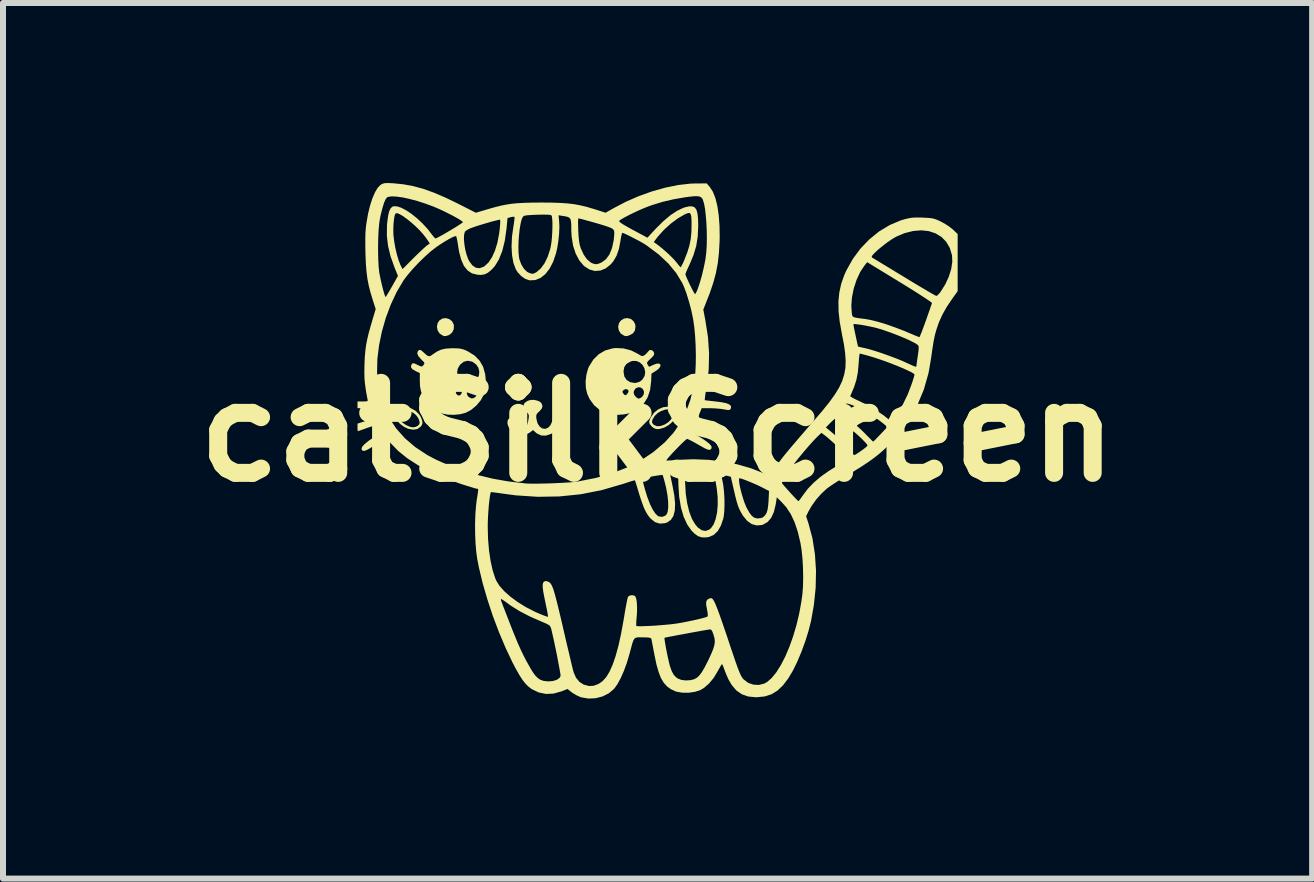
<source format=kicad_pcb>
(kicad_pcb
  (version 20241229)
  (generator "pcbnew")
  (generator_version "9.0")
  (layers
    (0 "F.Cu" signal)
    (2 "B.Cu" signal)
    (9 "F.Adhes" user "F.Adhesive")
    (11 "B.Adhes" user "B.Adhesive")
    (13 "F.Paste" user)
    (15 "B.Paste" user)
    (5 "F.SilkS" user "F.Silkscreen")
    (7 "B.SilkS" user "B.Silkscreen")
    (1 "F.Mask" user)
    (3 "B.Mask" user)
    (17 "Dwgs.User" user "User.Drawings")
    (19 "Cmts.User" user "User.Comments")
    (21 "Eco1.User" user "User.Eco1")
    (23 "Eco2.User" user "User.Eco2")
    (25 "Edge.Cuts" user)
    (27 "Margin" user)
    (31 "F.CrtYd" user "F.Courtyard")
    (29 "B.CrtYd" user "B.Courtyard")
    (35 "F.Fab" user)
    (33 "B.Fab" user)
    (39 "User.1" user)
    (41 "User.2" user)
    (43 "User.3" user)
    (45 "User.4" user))
  (footprint "catSilkScreen"
    (layer "F.Cu")
    (at 7.907 4.151)
    (property "Reference" "catSilkScreen" (at 0 0 0) (layer "F.SilkS") (effects (font (size 1.5 1.5) (thickness 0.3))))
    (attr board_only exclude_from_pos_files exclude_from_bom)
    (fp_poly (pts (xy -0.446 -1.886) (xy -0.401 -1.85) (xy -0.373 -1.797) (xy -0.368 -1.76) (xy -0.378 -1.694) (xy -0.41 -1.647) (xy -0.456 -1.62) (xy -0.498 -1.604) (xy -0.525 -1.6) (xy -0.552 -1.606) (xy -0.559 -1.609) (xy -0.613 -1.643) (xy -0.646 -1.695) (xy -0.657 -1.756) (xy -0.643 -1.816) (xy -0.613 -1.859) (xy -0.56 -1.893) (xy -0.501 -1.901)) (stroke (width 0) (type solid)) (fill yes) (layer "F.SilkS"))
    (fp_poly (pts (xy -3.469 -1.883) (xy -3.423 -1.846) (xy -3.396 -1.791) (xy -3.394 -1.782) (xy -3.396 -1.717) (xy -3.423 -1.66) (xy -3.47 -1.621) (xy -3.484 -1.615) (xy -3.523 -1.603) (xy -3.547 -1.6) (xy -3.571 -1.606) (xy -3.578 -1.609) (xy -3.631 -1.643) (xy -3.665 -1.695) (xy -3.677 -1.756) (xy -3.665 -1.817) (xy -3.635 -1.862) (xy -3.583 -1.894) (xy -3.525 -1.9)) (stroke (width 0) (type solid)) (fill yes) (layer "F.SilkS"))
    (fp_poly (pts (xy -4.109 -0.398) (xy -4.031 -0.355) (xy -3.97 -0.293) (xy -3.945 -0.251) (xy -3.922 -0.192) (xy -3.917 -0.15) (xy -3.93 -0.115) (xy -3.95 -0.09) (xy -4.003 -0.052) (xy -4.07 -0.041) (xy -4.155 -0.056) (xy -4.159 -0.058) (xy -4.223 -0.088) (xy -4.286 -0.134) (xy -4.34 -0.189) (xy -4.376 -0.245) (xy -4.385 -0.27) (xy -4.384 -0.314) (xy -4.342 -0.314) (xy -4.339 -0.282) (xy -4.31 -0.222) (xy -4.258 -0.165) (xy -4.192 -0.118) (xy -4.122 -0.088) (xy -4.073 -0.08) (xy -4.028 -0.089) (xy -3.997 -0.105) (xy -3.97 -0.132) (xy -3.964 -0.165) (xy -3.978 -0.212) (xy -3.988 -0.234) (xy -4.022 -0.282) (xy -4.069 -0.321) (xy -4.126 -0.35) (xy -4.185 -0.367) (xy -4.241 -0.373) (xy -4.29 -0.367) (xy -4.325 -0.347) (xy -4.342 -0.314) (xy -4.384 -0.314) (xy -4.384 -0.329) (xy -4.355 -0.375) (xy -4.299 -0.407) (xy -4.282 -0.411) (xy -4.196 -0.418)) (stroke (width 0) (type solid)) (fill yes) (layer "F.SilkS"))
    (fp_poly (pts (xy 0.227 -0.416) (xy 0.283 -0.388) (xy 0.312 -0.344) (xy 0.313 -0.283) (xy 0.313 -0.279) (xy 0.289 -0.225) (xy 0.244 -0.169) (xy 0.185 -0.118) (xy 0.119 -0.08) (xy 0.1 -0.073) (xy 0.041 -0.055) (xy -0.002 -0.05) (xy -0.037 -0.057) (xy -0.063 -0.068) (xy -0.101 -0.098) (xy -0.126 -0.13) (xy -0.138 -0.157) (xy -0.138 -0.163) (xy -0.093 -0.163) (xy -0.074 -0.132) (xy -0.06 -0.121) (xy -0.01 -0.099) (xy 0.05 -0.102) (xy 0.123 -0.129) (xy 0.123 -0.13) (xy 0.18 -0.167) (xy 0.228 -0.217) (xy 0.261 -0.271) (xy 0.272 -0.315) (xy 0.259 -0.353) (xy 0.226 -0.375) (xy 0.178 -0.382) (xy 0.121 -0.374) (xy 0.061 -0.353) (xy 0.004 -0.32) (xy -0.044 -0.275) (xy -0.056 -0.258) (xy -0.087 -0.204) (xy -0.093 -0.163) (xy -0.138 -0.163) (xy -0.139 -0.182) (xy -0.126 -0.218) (xy -0.111 -0.249) (xy -0.059 -0.324) (xy 0.011 -0.38) (xy 0.09 -0.415) (xy 0.173 -0.425)) (stroke (width 0) (type solid)) (fill yes) (layer "F.SilkS"))
    (fp_poly (pts (xy -2.001 -0.525) (xy -1.954 -0.502) (xy -1.933 -0.479) (xy -1.918 -0.436) (xy -1.928 -0.396) (xy -1.964 -0.353) (xy -1.973 -0.344) (xy -2.007 -0.311) (xy -2.021 -0.283) (xy -2.022 -0.247) (xy -2.018 -0.217) (xy -1.999 -0.145) (xy -1.964 -0.092) (xy -1.919 -0.061) (xy -1.869 -0.055) (xy -1.819 -0.078) (xy -1.818 -0.079) (xy -1.784 -0.117) (xy -1.765 -0.16) (xy -1.746 -0.205) (xy -1.717 -0.228) (xy -1.684 -0.225) (xy -1.67 -0.214) (xy -1.649 -0.173) (xy -1.652 -0.121) (xy -1.675 -0.066) (xy -1.715 -0.014) (xy -1.769 0.026) (xy -1.778 0.03) (xy -1.862 0.058) (xy -1.939 0.055) (xy -2.01 0.022) (xy -2.04 -0.003) (xy -2.074 -0.035) (xy -2.13 0.007) (xy -2.205 0.047) (xy -2.286 0.057) (xy -2.339 0.048) (xy -2.397 0.018) (xy -2.447 -0.029) (xy -2.483 -0.086) (xy -2.502 -0.144) (xy -2.497 -0.196) (xy -2.493 -0.206) (xy -2.466 -0.236) (xy -2.435 -0.236) (xy -2.404 -0.209) (xy -2.38 -0.16) (xy -2.348 -0.097) (xy -2.304 -0.063) (xy -2.252 -0.057) (xy -2.23 -0.063) (xy -2.197 -0.084) (xy -2.174 -0.12) (xy -2.157 -0.179) (xy -2.149 -0.225) (xy -2.144 -0.272) (xy -2.153 -0.303) (xy -2.178 -0.334) (xy -2.187 -0.342) (xy -2.227 -0.395) (xy -2.236 -0.445) (xy -2.215 -0.488) (xy -2.167 -0.521) (xy -2.114 -0.537) (xy -2.058 -0.538)) (stroke (width 0) (type solid)) (fill yes) (layer "F.SilkS"))
    (fp_poly (pts (xy -0.566 -1.395) (xy -0.438 -1.361) (xy -0.32 -1.301) (xy -0.318 -1.299) (xy -0.279 -1.275) (xy -0.254 -1.267) (xy -0.231 -1.275) (xy -0.216 -1.284) (xy -0.181 -1.315) (xy -0.159 -1.343) (xy -0.132 -1.368) (xy -0.098 -1.368) (xy -0.069 -1.344) (xy -0.061 -1.327) (xy -0.056 -1.303) (xy -0.065 -1.279) (xy -0.092 -1.248) (xy -0.117 -1.224) (xy -0.156 -1.186) (xy -0.174 -1.162) (xy -0.175 -1.144) (xy -0.164 -1.123) (xy -0.141 -1.088) (xy -0.072 -1.121) (xy -0.012 -1.143) (xy 0.029 -1.142) (xy 0.049 -1.123) (xy 0.045 -1.092) (xy 0.015 -1.054) (xy -0.027 -1.022) (xy -0.102 -0.975) (xy -0.107 -0.848) (xy -0.125 -0.702) (xy -0.167 -0.577) (xy -0.232 -0.473) (xy -0.321 -0.39) (xy -0.432 -0.33) (xy -0.485 -0.311) (xy -0.561 -0.296) (xy -0.65 -0.289) (xy -0.74 -0.291) (xy -0.819 -0.302) (xy -0.851 -0.311) (xy -0.962 -0.367) (xy -1.057 -0.448) (xy -1.132 -0.551) (xy -1.173 -0.641) (xy -1.18 -0.672) (xy -0.586 -0.672) (xy -0.574 -0.647) (xy -0.566 -0.638) (xy -0.544 -0.616) (xy -0.527 -0.618) (xy -0.506 -0.637) (xy -0.491 -0.66) (xy -0.399 -0.66) (xy -0.388 -0.621) (xy -0.359 -0.584) (xy -0.325 -0.561) (xy -0.312 -0.559) (xy -0.283 -0.57) (xy -0.256 -0.591) (xy -0.229 -0.634) (xy -0.227 -0.677) (xy -0.244 -0.715) (xy -0.275 -0.741) (xy -0.315 -0.75) (xy -0.358 -0.734) (xy -0.37 -0.724) (xy -0.393 -0.689) (xy -0.399 -0.66) (xy -0.491 -0.66) (xy -0.485 -0.67) (xy -0.485 -0.694) (xy -0.507 -0.715) (xy -0.541 -0.716) (xy -0.573 -0.697) (xy -0.575 -0.695) (xy -0.586 -0.672) (xy -1.18 -0.672) (xy -1.195 -0.736) (xy -1.199 -0.846) (xy -1.186 -0.957) (xy -1.173 -1.006) (xy -0.567 -1.006) (xy -0.554 -0.928) (xy -0.516 -0.87) (xy -0.457 -0.833) (xy -0.382 -0.82) (xy -0.359 -0.822) (xy -0.298 -0.84) (xy -0.252 -0.878) (xy -0.216 -0.937) (xy -0.206 -1.001) (xy -0.219 -1.063) (xy -0.249 -1.118) (xy -0.295 -1.161) (xy -0.352 -1.186) (xy -0.416 -1.187) (xy -0.452 -1.176) (xy -0.517 -1.138) (xy -0.554 -1.086) (xy -0.567 -1.016) (xy -0.567 -1.006) (xy -1.173 -1.006) (xy -1.158 -1.059) (xy -1.143 -1.093) (xy -1.071 -1.209) (xy -0.981 -1.298) (xy -0.874 -1.361) (xy -0.751 -1.396) (xy -0.695 -1.402)) (stroke (width 0) (type solid)) (fill yes) (layer "F.SilkS"))
    (fp_poly (pts (xy -3.344 -1.397) (xy -3.29 -1.392) (xy -3.246 -1.382) (xy -3.2 -1.365) (xy -3.159 -1.345) (xy -3.049 -1.277) (xy -2.966 -1.192) (xy -2.907 -1.09) (xy -2.873 -0.967) (xy -2.863 -0.871) (xy -2.861 -0.793) (xy -2.864 -0.735) (xy -2.875 -0.684) (xy -2.893 -0.631) (xy -2.944 -0.534) (xy -3.018 -0.445) (xy -3.107 -0.371) (xy -3.2 -0.322) (xy -3.29 -0.299) (xy -3.392 -0.289) (xy -3.495 -0.292) (xy -3.585 -0.309) (xy -3.607 -0.316) (xy -3.707 -0.369) (xy -3.799 -0.444) (xy -3.872 -0.533) (xy -3.878 -0.543) (xy -3.919 -0.619) (xy -3.936 -0.666) (xy -3.362 -0.666) (xy -3.354 -0.638) (xy -3.327 -0.611) (xy -3.295 -0.614) (xy -3.274 -0.632) (xy -3.268 -0.646) (xy -3.179 -0.646) (xy -3.163 -0.603) (xy -3.143 -0.584) (xy -3.105 -0.563) (xy -3.072 -0.565) (xy -3.038 -0.585) (xy -3.01 -0.621) (xy -3.006 -0.666) (xy -3.025 -0.709) (xy -3.053 -0.733) (xy -3.087 -0.748) (xy -3.114 -0.743) (xy -3.137 -0.73) (xy -3.171 -0.692) (xy -3.179 -0.646) (xy -3.268 -0.646) (xy -3.261 -0.664) (xy -3.269 -0.683) (xy -3.297 -0.712) (xy -3.328 -0.708) (xy -3.345 -0.695) (xy -3.362 -0.666) (xy -3.936 -0.666) (xy -3.944 -0.688) (xy -3.958 -0.762) (xy -3.962 -0.854) (xy -3.962 -0.864) (xy -3.962 -0.986) (xy -3.985 -0.996) (xy -3.34 -0.996) (xy -3.327 -0.934) (xy -3.295 -0.881) (xy -3.247 -0.841) (xy -3.188 -0.818) (xy -3.121 -0.819) (xy -3.067 -0.839) (xy -3.011 -0.883) (xy -2.978 -0.941) (xy -2.97 -1.006) (xy -2.984 -1.07) (xy -3.022 -1.127) (xy -3.081 -1.171) (xy -3.093 -1.176) (xy -3.163 -1.19) (xy -3.23 -1.173) (xy -3.29 -1.125) (xy -3.291 -1.124) (xy -3.329 -1.061) (xy -3.34 -0.996) (xy -3.985 -0.996) (xy -4.027 -1.015) (xy -4.084 -1.048) (xy -4.109 -1.082) (xy -4.105 -1.118) (xy -4.098 -1.128) (xy -4.084 -1.145) (xy -4.068 -1.149) (xy -4.04 -1.14) (xy -4.001 -1.121) (xy -3.957 -1.101) (xy -3.932 -1.094) (xy -3.916 -1.1) (xy -3.905 -1.114) (xy -3.888 -1.137) (xy -3.886 -1.155) (xy -3.901 -1.176) (xy -3.937 -1.211) (xy -3.937 -1.211) (xy -3.986 -1.267) (xy -4.005 -1.314) (xy -3.993 -1.351) (xy -3.973 -1.369) (xy -3.953 -1.37) (xy -3.923 -1.351) (xy -3.887 -1.318) (xy -3.844 -1.28) (xy -3.812 -1.265) (xy -3.784 -1.27) (xy -3.752 -1.292) (xy -3.679 -1.342) (xy -3.609 -1.374) (xy -3.53 -1.392) (xy -3.433 -1.398) (xy -3.418 -1.398)) (stroke (width 0) (type solid)) (fill yes) (layer "F.SilkS"))
    (fp_poly (pts (xy -4.461 -4.15) (xy -4.401 -4.147) (xy -4.236 -4.13) (xy -4.072 -4.1) (xy -3.903 -4.054) (xy -3.725 -3.99) (xy -3.534 -3.908) (xy -3.339 -3.814) (xy -3.028 -3.656) (xy -2.836 -3.713) (xy -2.721 -3.746) (xy -2.62 -3.772) (xy -2.526 -3.791) (xy -2.432 -3.806) (xy -2.333 -3.815) (xy -2.22 -3.821) (xy -2.089 -3.825) (xy -1.933 -3.826) (xy -1.768 -3.825) (xy -1.628 -3.82) (xy -1.507 -3.812) (xy -1.398 -3.8) (xy -1.295 -3.781) (xy -1.191 -3.757) (xy -1.08 -3.724) (xy -1.017 -3.705) (xy -0.866 -3.656) (xy -0.74 -3.728) (xy -0.533 -3.837) (xy -0.316 -3.932) (xy -0.093 -4.012) (xy 0.128 -4.074) (xy 0.343 -4.118) (xy 0.545 -4.141) (xy 0.629 -4.144) (xy 0.818 -4.145) (xy 0.87 -4.085) (xy 0.921 -4.007) (xy 0.963 -3.901) (xy 0.996 -3.768) (xy 1.019 -3.613) (xy 1.032 -3.438) (xy 1.035 -3.245) (xy 1.033 -3.171) (xy 1.022 -2.983) (xy 1.003 -2.813) (xy 0.972 -2.651) (xy 0.928 -2.488) (xy 0.869 -2.315) (xy 0.828 -2.21) (xy 0.762 -2.043) (xy 0.796 -1.864) (xy 0.84 -1.583) (xy 0.858 -1.313) (xy 0.852 -1.046) (xy 0.82 -0.774) (xy 0.814 -0.736) (xy 0.801 -0.661) (xy 0.792 -0.598) (xy 0.787 -0.554) (xy 0.786 -0.535) (xy 0.786 -0.534) (xy 0.804 -0.53) (xy 0.846 -0.525) (xy 0.906 -0.518) (xy 0.952 -0.513) (xy 1.065 -0.499) (xy 1.147 -0.482) (xy 1.2 -0.459) (xy 1.224 -0.432) (xy 1.222 -0.398) (xy 1.215 -0.384) (xy 1.202 -0.372) (xy 1.179 -0.368) (xy 1.137 -0.374) (xy 1.106 -0.38) (xy 1.044 -0.389) (xy 0.965 -0.396) (xy 0.885 -0.399) (xy 0.874 -0.399) (xy 0.735 -0.399) (xy 0.712 -0.343) (xy 0.693 -0.295) (xy 0.686 -0.263) (xy 0.697 -0.241) (xy 0.729 -0.224) (xy 0.787 -0.205) (xy 0.815 -0.197) (xy 0.93 -0.159) (xy 1.013 -0.122) (xy 1.064 -0.086) (xy 1.083 -0.052) (xy 1.082 -0.025) (xy 1.067 -0.01) (xy 1.034 -0.008) (xy 0.98 -0.018) (xy 0.903 -0.041) (xy 0.838 -0.063) (xy 0.763 -0.088) (xy 0.699 -0.107) (xy 0.652 -0.119) (xy 0.627 -0.122) (xy 0.626 -0.121) (xy 0.608 -0.102) (xy 0.584 -0.067) (xy 0.577 -0.056) (xy 0.544 -0.000333) (xy 0.628 0.04) (xy 0.686 0.071) (xy 0.753 0.112) (xy 0.807 0.149) (xy 0.867 0.197) (xy 0.898 0.237) (xy 0.9 0.268) (xy 0.877 0.292) (xy 0.859 0.296) (xy 0.83 0.288) (xy 0.785 0.268) (xy 0.72 0.232) (xy 0.682 0.21) (xy 0.615 0.172) (xy 0.557 0.141) (xy 0.514 0.12) (xy 0.492 0.112) (xy 0.492 0.112) (xy 0.475 0.123) (xy 0.442 0.152) (xy 0.398 0.194) (xy 0.347 0.245) (xy 0.293 0.301) (xy 0.242 0.355) (xy 0.198 0.404) (xy 0.165 0.443) (xy 0.148 0.467) (xy 0.147 0.471) (xy 0.164 0.473) (xy 0.207 0.471) (xy 0.269 0.468) (xy 0.345 0.462) (xy 0.352 0.461) (xy 0.597 0.451) (xy 0.847 0.461) (xy 1.094 0.49) (xy 1.332 0.537) (xy 1.555 0.601) (xy 1.753 0.679) (xy 1.87 0.733) (xy 1.96 0.594) (xy 1.99 0.548) (xy 2.026 0.498) (xy 2.068 0.442) (xy 2.119 0.377) (xy 2.181 0.302) (xy 2.256 0.213) (xy 2.345 0.109) (xy 2.451 -0.014) (xy 2.506 -0.078) (xy 2.804 -0.078) (xy 2.867 -0.027) (xy 2.935 0.03) (xy 3.01 0.098) (xy 3.084 0.171) (xy 3.151 0.241) (xy 3.201 0.299) (xy 3.207 0.307) (xy 3.24 0.348) (xy 3.266 0.375) (xy 3.277 0.383) (xy 3.295 0.375) (xy 3.332 0.352) (xy 3.38 0.32) (xy 3.394 0.31) (xy 3.443 0.274) (xy 3.479 0.244) (xy 3.498 0.225) (xy 3.498 0.223) (xy 3.487 0.2) (xy 3.454 0.163) (xy 3.406 0.114) (xy 3.348 0.059) (xy 3.283 0.002) (xy 3.216 -0.052) (xy 3.154 -0.1) (xy 3.115 -0.127) (xy 3.055 -0.166) (xy 3.004 -0.197) (xy 2.97 -0.218) (xy 2.957 -0.224) (xy 2.941 -0.213) (xy 2.91 -0.185) (xy 2.875 -0.151) (xy 2.804 -0.078) (xy 2.506 -0.078) (xy 2.575 -0.157) (xy 2.618 -0.206) (xy 2.719 -0.324) (xy 3.02 -0.324) (xy 3.152 -0.239) (xy 3.222 -0.188) (xy 3.303 -0.121) (xy 3.385 -0.047) (xy 3.435 0.001) (xy 3.49 0.058) (xy 3.538 0.105) (xy 3.572 0.14) (xy 3.59 0.157) (xy 3.591 0.158) (xy 3.604 0.148) (xy 3.633 0.119) (xy 3.675 0.076) (xy 3.713 0.037) (xy 3.829 -0.086) (xy 3.764 -0.142) (xy 3.695 -0.195) (xy 3.614 -0.251) (xy 3.527 -0.305) (xy 3.438 -0.357) (xy 3.351 -0.402) (xy 3.273 -0.439) (xy 3.208 -0.464) (xy 3.16 -0.476) (xy 3.141 -0.474) (xy 3.122 -0.458) (xy 3.093 -0.424) (xy 3.072 -0.396) (xy 3.02 -0.324) (xy 2.719 -0.324) (xy 2.752 -0.363) (xy 2.863 -0.501) (xy 2.935 -0.601) (xy 3.21 -0.601) (xy 3.22 -0.59) (xy 3.255 -0.569) (xy 3.308 -0.542) (xy 3.356 -0.52) (xy 3.458 -0.471) (xy 3.568 -0.41) (xy 3.674 -0.343) (xy 3.769 -0.278) (xy 3.834 -0.226) (xy 3.869 -0.197) (xy 3.894 -0.179) (xy 3.9 -0.176) (xy 3.912 -0.188) (xy 3.937 -0.221) (xy 3.971 -0.268) (xy 3.982 -0.286) (xy 4.082 -0.452) (xy 4.169 -0.631) (xy 4.234 -0.802) (xy 4.255 -0.866) (xy 4.271 -0.919) (xy 4.28 -0.953) (xy 4.281 -0.961) (xy 4.267 -0.976) (xy 4.227 -1) (xy 4.165 -1.03) (xy 4.087 -1.065) (xy 3.997 -1.103) (xy 3.898 -1.142) (xy 3.797 -1.18) (xy 3.696 -1.215) (xy 3.602 -1.246) (xy 3.548 -1.262) (xy 3.48 -1.282) (xy 3.422 -1.297) (xy 3.384 -1.307) (xy 3.371 -1.31) (xy 3.365 -1.295) (xy 3.359 -1.255) (xy 3.354 -1.196) (xy 3.35 -1.138) (xy 3.337 -0.997) (xy 3.313 -0.872) (xy 3.274 -0.75) (xy 3.218 -0.618) (xy 3.21 -0.601) (xy 2.935 -0.601) (xy 2.953 -0.626) (xy 3.024 -0.742) (xy 3.076 -0.852) (xy 3.11 -0.961) (xy 3.13 -1.073) (xy 3.134 -1.191) (xy 3.125 -1.32) (xy 3.105 -1.464) (xy 3.073 -1.626) (xy 3.073 -1.627) (xy 3.042 -1.8) (xy 3.264 -1.8) (xy 3.265 -1.783) (xy 3.272 -1.742) (xy 3.284 -1.682) (xy 3.299 -1.614) (xy 3.314 -1.542) (xy 3.327 -1.483) (xy 3.336 -1.443) (xy 3.339 -1.428) (xy 3.353 -1.423) (xy 3.39 -1.414) (xy 3.431 -1.405) (xy 3.512 -1.386) (xy 3.614 -1.356) (xy 3.73 -1.318) (xy 3.849 -1.276) (xy 3.965 -1.233) (xy 4.069 -1.191) (xy 4.122 -1.167) (xy 4.199 -1.132) (xy 4.252 -1.108) (xy 4.286 -1.095) (xy 4.304 -1.09) (xy 4.312 -1.094) (xy 4.313 -1.103) (xy 4.313 -1.106) (xy 4.316 -1.13) (xy 4.322 -1.177) (xy 4.331 -1.24) (xy 4.337 -1.278) (xy 4.347 -1.353) (xy 4.351 -1.402) (xy 4.349 -1.432) (xy 4.341 -1.449) (xy 4.34 -1.449) (xy 4.305 -1.475) (xy 4.245 -1.507) (xy 4.166 -1.545) (xy 4.073 -1.585) (xy 3.971 -1.626) (xy 3.867 -1.665) (xy 3.766 -1.7) (xy 3.673 -1.729) (xy 3.633 -1.74) (xy 3.566 -1.755) (xy 3.492 -1.77) (xy 3.419 -1.784) (xy 3.353 -1.794) (xy 3.301 -1.8) (xy 3.27 -1.802) (xy 3.264 -1.8) (xy 3.042 -1.8) (xy 3.036 -1.83) (xy 3.016 -2.011) (xy 3.015 -2.103) (xy 3.228 -2.103) (xy 3.237 -1.977) (xy 3.242 -1.951) (xy 3.248 -1.933) (xy 3.262 -1.92) (xy 3.288 -1.911) (xy 3.333 -1.902) (xy 3.4 -1.893) (xy 3.459 -1.886) (xy 3.558 -1.868) (xy 3.679 -1.837) (xy 3.817 -1.795) (xy 3.964 -1.743) (xy 4.115 -1.685) (xy 4.185 -1.655) (xy 4.253 -1.627) (xy 4.309 -1.603) (xy 4.348 -1.588) (xy 4.363 -1.583) (xy 4.371 -1.597) (xy 4.387 -1.636) (xy 4.411 -1.696) (xy 4.439 -1.773) (xy 4.47 -1.857) (xy 4.501 -1.946) (xy 4.529 -2.025) (xy 4.551 -2.089) (xy 4.566 -2.133) (xy 4.572 -2.152) (xy 4.56 -2.164) (xy 4.523 -2.191) (xy 4.465 -2.23) (xy 4.388 -2.28) (xy 4.295 -2.34) (xy 4.189 -2.406) (xy 4.073 -2.478) (xy 4.035 -2.501) (xy 3.493 -2.832) (xy 3.449 -2.778) (xy 3.376 -2.669) (xy 3.316 -2.538) (xy 3.269 -2.395) (xy 3.239 -2.247) (xy 3.228 -2.103) (xy 3.015 -2.103) (xy 3.013 -2.175) (xy 3.028 -2.327) (xy 3.06 -2.473) (xy 3.111 -2.617) (xy 3.148 -2.699) (xy 3.254 -2.887) (xy 3.278 -2.92) (xy 3.567 -2.92) (xy 3.578 -2.907) (xy 3.597 -2.896) (xy 3.64 -2.87) (xy 3.704 -2.831) (xy 3.785 -2.782) (xy 3.881 -2.724) (xy 3.989 -2.658) (xy 4.105 -2.588) (xy 4.114 -2.582) (xy 4.229 -2.512) (xy 4.337 -2.447) (xy 4.434 -2.39) (xy 4.516 -2.341) (xy 4.58 -2.304) (xy 4.624 -2.28) (xy 4.644 -2.27) (xy 4.645 -2.27) (xy 4.665 -2.281) (xy 4.694 -2.311) (xy 4.714 -2.336) (xy 4.793 -2.461) (xy 4.853 -2.591) (xy 4.893 -2.719) (xy 4.911 -2.84) (xy 4.906 -2.948) (xy 4.869 -3.07) (xy 4.809 -3.173) (xy 4.729 -3.254) (xy 4.631 -3.313) (xy 4.518 -3.35) (xy 4.393 -3.363) (xy 4.258 -3.352) (xy 4.115 -3.316) (xy 3.976 -3.257) (xy 3.912 -3.22) (xy 3.835 -3.168) (xy 3.754 -3.106) (xy 3.677 -3.043) (xy 3.615 -2.985) (xy 3.602 -2.972) (xy 3.574 -2.939) (xy 3.567 -2.92) (xy 3.278 -2.92) (xy 3.381 -3.059) (xy 3.528 -3.212) (xy 3.689 -3.343) (xy 3.864 -3.449) (xy 4.047 -3.527) (xy 4.116 -3.548) (xy 4.183 -3.564) (xy 4.244 -3.574) (xy 4.312 -3.577) (xy 4.397 -3.576) (xy 4.418 -3.575) (xy 4.499 -3.571) (xy 4.558 -3.566) (xy 4.606 -3.556) (xy 4.653 -3.54) (xy 4.708 -3.515) (xy 4.718 -3.51) (xy 4.788 -3.472) (xy 4.859 -3.426) (xy 4.916 -3.381) (xy 4.92 -3.377) (xy 5 -3.302) (xy 5 -2.826) (xy 5 -2.349) (xy 4.911 -2.225) (xy 4.818 -2.087) (xy 4.746 -1.959) (xy 4.689 -1.833) (xy 4.674 -1.791) (xy 4.652 -1.726) (xy 4.634 -1.668) (xy 4.619 -1.609) (xy 4.605 -1.542) (xy 4.591 -1.461) (xy 4.575 -1.357) (xy 4.568 -1.305) (xy 4.554 -1.213) (xy 4.539 -1.122) (xy 4.525 -1.042) (xy 4.513 -0.982) (xy 4.512 -0.974) (xy 4.436 -0.708) (xy 4.33 -0.454) (xy 4.197 -0.213) (xy 4.036 0.011) (xy 3.871 0.196) (xy 3.787 0.278) (xy 3.704 0.352) (xy 3.615 0.423) (xy 3.517 0.494) (xy 3.404 0.569) (xy 3.269 0.653) (xy 3.194 0.698) (xy 3.101 0.755) (xy 3.01 0.812) (xy 2.928 0.865) (xy 2.862 0.91) (xy 2.816 0.944) (xy 2.813 0.947) (xy 2.726 1.028) (xy 2.641 1.125) (xy 2.567 1.229) (xy 2.516 1.317) (xy 2.475 1.401) (xy 2.516 1.526) (xy 2.581 1.771) (xy 2.622 2.033) (xy 2.64 2.309) (xy 2.634 2.593) (xy 2.604 2.883) (xy 2.557 3.147) (xy 2.514 3.315) (xy 2.46 3.488) (xy 2.397 3.66) (xy 2.328 3.824) (xy 2.256 3.971) (xy 2.183 4.094) (xy 2.179 4.101) (xy 2.09 4.218) (xy 1.998 4.306) (xy 1.899 4.367) (xy 1.789 4.403) (xy 1.662 4.416) (xy 1.637 4.417) (xy 1.512 4.405) (xy 1.405 4.368) (xy 1.314 4.305) (xy 1.236 4.214) (xy 1.184 4.125) (xy 1.154 4.059) (xy 1.125 3.988) (xy 1.111 3.95) (xy 1.094 3.904) (xy 1.08 3.873) (xy 1.073 3.866) (xy 1.061 3.879) (xy 1.04 3.915) (xy 1.012 3.965) (xy 1 3.987) (xy 0.934 4.096) (xy 0.856 4.19) (xy 0.773 4.262) (xy 0.708 4.3) (xy 0.617 4.328) (xy 0.514 4.342) (xy 0.41 4.341) (xy 0.318 4.325) (xy 0.303 4.32) (xy 0.224 4.284) (xy 0.159 4.238) (xy 0.104 4.177) (xy 0.057 4.099) (xy 0.018 3.999) (xy -0.018 3.874) (xy -0.05 3.722) (xy -0.067 3.633) (xy -0.082 3.555) (xy -0.094 3.492) (xy -0.102 3.451) (xy -0.104 3.443) (xy 0.115 3.443) (xy 0.121 3.486) (xy 0.131 3.546) (xy 0.144 3.618) (xy 0.159 3.694) (xy 0.175 3.769) (xy 0.19 3.835) (xy 0.203 3.886) (xy 0.206 3.898) (xy 0.235 3.979) (xy 0.265 4.037) (xy 0.302 4.079) (xy 0.341 4.107) (xy 0.4 4.129) (xy 0.474 4.137) (xy 0.552 4.132) (xy 0.612 4.116) (xy 0.655 4.092) (xy 0.695 4.055) (xy 0.736 4.001) (xy 0.781 3.926) (xy 0.832 3.826) (xy 0.852 3.786) (xy 0.898 3.685) (xy 0.93 3.605) (xy 0.948 3.54) (xy 0.954 3.484) (xy 0.948 3.431) (xy 0.932 3.375) (xy 0.931 3.371) (xy 0.912 3.321) (xy 0.896 3.295) (xy 0.877 3.287) (xy 0.861 3.288) (xy 0.83 3.293) (xy 0.776 3.302) (xy 0.704 3.315) (xy 0.619 3.33) (xy 0.527 3.347) (xy 0.433 3.365) (xy 0.342 3.381) (xy 0.26 3.397) (xy 0.191 3.41) (xy 0.142 3.42) (xy 0.117 3.425) (xy 0.116 3.426) (xy 0.115 3.443) (xy -0.104 3.443) (xy -0.105 3.439) (xy -0.121 3.428) (xy -0.163 3.421) (xy -0.233 3.419) (xy -0.247 3.419) (xy -0.299 3.418) (xy -0.337 3.419) (xy -0.365 3.426) (xy -0.386 3.442) (xy -0.404 3.472) (xy -0.421 3.52) (xy -0.44 3.59) (xy -0.465 3.685) (xy -0.471 3.705) (xy -0.513 3.847) (xy -0.562 3.98) (xy -0.615 4.1) (xy -0.669 4.199) (xy -0.722 4.273) (xy -0.726 4.278) (xy -0.812 4.351) (xy -0.916 4.403) (xy -1.031 4.433) (xy -1.15 4.439) (xy -1.264 4.42) (xy -1.288 4.413) (xy -1.351 4.384) (xy -1.414 4.347) (xy -1.435 4.331) (xy -1.501 4.279) (xy -1.604 4.32) (xy -1.733 4.356) (xy -1.859 4.362) (xy -1.981 4.337) (xy -2.094 4.283) (xy -2.103 4.277) (xy -2.155 4.237) (xy -2.203 4.188) (xy -2.252 4.126) (xy -2.304 4.045) (xy -2.362 3.943) (xy -2.419 3.834) (xy -2.533 3.593) (xy -2.643 3.332) (xy -2.746 3.06) (xy -2.834 2.792) (xy -2.611 2.792) (xy -2.605 2.816) (xy -2.595 2.841) (xy -2.576 2.892) (xy -2.549 2.961) (xy -2.517 3.044) (xy -2.481 3.136) (xy -2.479 3.141) (xy -2.42 3.293) (xy -2.368 3.421) (xy -2.323 3.529) (xy -2.281 3.623) (xy -2.24 3.708) (xy -2.198 3.791) (xy -2.161 3.858) (xy -2.111 3.946) (xy -2.071 4.01) (xy -2.036 4.057) (xy -2.002 4.091) (xy -1.966 4.118) (xy -1.957 4.124) (xy -1.898 4.145) (xy -1.824 4.153) (xy -1.747 4.147) (xy -1.68 4.127) (xy -1.677 4.125) (xy -1.634 4.095) (xy -1.616 4.062) (xy -1.618 4.038) (xy -1.626 3.989) (xy -1.639 3.918) (xy -1.655 3.833) (xy -1.673 3.737) (xy -1.693 3.637) (xy -1.714 3.537) (xy -1.734 3.443) (xy -1.753 3.361) (xy -1.768 3.294) (xy -1.774 3.273) (xy -1.783 3.246) (xy -1.797 3.225) (xy -1.822 3.207) (xy -1.864 3.186) (xy -1.93 3.158) (xy -1.937 3.155) (xy -2.134 3.068) (xy -2.3 2.982) (xy -2.438 2.896) (xy -2.475 2.869) (xy -2.528 2.83) (xy -2.572 2.8) (xy -2.6 2.782) (xy -2.606 2.78) (xy -2.611 2.792) (xy -2.834 2.792) (xy -2.837 2.783) (xy -2.916 2.511) (xy -2.978 2.25) (xy -3.005 2.113) (xy -3.022 1.989) (xy -3.034 1.844) (xy -3.04 1.685) (xy -3.041 1.574) (xy -2.83 1.574) (xy -2.825 1.776) (xy -2.809 1.968) (xy -2.783 2.145) (xy -2.748 2.302) (xy -2.705 2.434) (xy -2.687 2.476) (xy -2.634 2.561) (xy -2.554 2.651) (xy -2.451 2.742) (xy -2.33 2.831) (xy -2.195 2.915) (xy -2.049 2.99) (xy -2.007 3.009) (xy -1.939 3.038) (xy -1.882 3.06) (xy -1.842 3.074) (xy -1.826 3.077) (xy -1.827 3.06) (xy -1.833 3.017) (xy -1.845 2.955) (xy -1.861 2.878) (xy -1.868 2.844) (xy -1.891 2.732) (xy -1.907 2.646) (xy -1.914 2.583) (xy -1.914 2.539) (xy -1.907 2.51) (xy -1.893 2.492) (xy -1.868 2.48) (xy -1.835 2.487) (xy -1.822 2.492) (xy -1.804 2.501) (xy -1.787 2.516) (xy -1.771 2.539) (xy -1.755 2.572) (xy -1.737 2.617) (xy -1.718 2.679) (xy -1.696 2.759) (xy -1.67 2.86) (xy -1.64 2.984) (xy -1.604 3.134) (xy -1.564 3.307) (xy -1.532 3.446) (xy -1.501 3.578) (xy -1.472 3.699) (xy -1.447 3.805) (xy -1.426 3.893) (xy -1.41 3.959) (xy -1.399 3.998) (xy -1.398 4.002) (xy -1.359 4.092) (xy -1.301 4.162) (xy -1.23 4.207) (xy -1.222 4.209) (xy -1.141 4.23) (xy -1.067 4.226) (xy -0.99 4.198) (xy -0.982 4.194) (xy -0.917 4.149) (xy -0.856 4.082) (xy -0.8 3.99) (xy -0.748 3.873) (xy -0.699 3.73) (xy -0.652 3.559) (xy -0.608 3.359) (xy -0.566 3.128) (xy -0.558 3.081) (xy -0.542 2.984) (xy -0.526 2.896) (xy -0.512 2.823) (xy -0.501 2.771) (xy -0.493 2.745) (xy -0.493 2.744) (xy -0.466 2.723) (xy -0.426 2.716) (xy -0.387 2.724) (xy -0.371 2.736) (xy -0.357 2.77) (xy -0.347 2.828) (xy -0.342 2.904) (xy -0.342 2.989) (xy -0.348 3.077) (xy -0.349 3.083) (xy -0.354 3.146) (xy -0.356 3.196) (xy -0.355 3.225) (xy -0.353 3.229) (xy -0.334 3.233) (xy -0.288 3.234) (xy -0.221 3.232) (xy -0.14 3.229) (xy -0.049 3.224) (xy 0.045 3.217) (xy 0.137 3.209) (xy 0.222 3.201) (xy 0.294 3.192) (xy 0.323 3.188) (xy 0.41 3.173) (xy 0.502 3.155) (xy 0.593 3.136) (xy 0.677 3.117) (xy 0.749 3.099) (xy 0.802 3.084) (xy 0.831 3.073) (xy 0.833 3.071) (xy 0.837 3.048) (xy 0.833 3.002) (xy 0.823 2.95) (xy 0.809 2.874) (xy 0.811 2.823) (xy 0.83 2.79) (xy 0.865 2.771) (xy 0.879 2.767) (xy 0.893 2.766) (xy 0.907 2.771) (xy 0.921 2.784) (xy 0.936 2.807) (xy 0.954 2.841) (xy 0.975 2.891) (xy 1.001 2.956) (xy 1.032 3.04) (xy 1.069 3.145) (xy 1.113 3.273) (xy 1.165 3.426) (xy 1.225 3.607) (xy 1.25 3.68) (xy 1.291 3.801) (xy 1.324 3.896) (xy 1.351 3.968) (xy 1.374 4.022) (xy 1.393 4.062) (xy 1.411 4.092) (xy 1.43 4.116) (xy 1.436 4.121) (xy 1.509 4.177) (xy 1.596 4.207) (xy 1.687 4.212) (xy 1.776 4.19) (xy 1.824 4.164) (xy 1.901 4.097) (xy 1.979 4.001) (xy 2.055 3.88) (xy 2.128 3.738) (xy 2.196 3.578) (xy 2.258 3.404) (xy 2.313 3.219) (xy 2.359 3.027) (xy 2.395 2.831) (xy 2.413 2.701) (xy 2.423 2.57) (xy 2.426 2.419) (xy 2.423 2.261) (xy 2.414 2.104) (xy 2.399 1.959) (xy 2.381 1.848) (xy 2.337 1.662) (xy 2.284 1.503) (xy 2.221 1.368) (xy 2.146 1.253) (xy 2.068 1.166) (xy 1.987 1.085) (xy 1.968 1.206) (xy 1.938 1.33) (xy 1.893 1.428) (xy 1.831 1.499) (xy 1.754 1.542) (xy 1.738 1.547) (xy 1.652 1.554) (xy 1.57 1.532) (xy 1.494 1.479) (xy 1.427 1.397) (xy 1.424 1.394) (xy 1.391 1.339) (xy 1.364 1.286) (xy 1.34 1.227) (xy 1.318 1.156) (xy 1.295 1.067) (xy 1.272 0.967) (xy 1.229 0.781) (xy 1.357 0.781) (xy 1.358 0.819) (xy 1.366 0.877) (xy 1.381 0.947) (xy 1.401 1.024) (xy 1.424 1.102) (xy 1.449 1.177) (xy 1.475 1.24) (xy 1.485 1.261) (xy 1.529 1.341) (xy 1.57 1.394) (xy 1.61 1.425) (xy 1.655 1.437) (xy 1.673 1.437) (xy 1.719 1.432) (xy 1.755 1.42) (xy 1.758 1.417) (xy 1.794 1.383) (xy 1.819 1.34) (xy 1.835 1.281) (xy 1.845 1.201) (xy 1.849 1.145) (xy 1.857 0.98) (xy 1.731 0.915) (xy 1.676 0.888) (xy 1.61 0.859) (xy 1.571 0.842) (xy 2.073 0.842) (xy 2.078 0.857) (xy 2.081 0.861) (xy 2.121 0.908) (xy 2.169 0.962) (xy 2.218 1.017) (xy 2.266 1.069) (xy 2.306 1.111) (xy 2.335 1.14) (xy 2.347 1.15) (xy 2.36 1.137) (xy 2.385 1.104) (xy 2.418 1.058) (xy 2.423 1.05) (xy 2.505 0.942) (xy 2.602 0.841) (xy 2.718 0.742) (xy 2.857 0.644) (xy 3.022 0.542) (xy 3.056 0.523) (xy 3.181 0.452) (xy 3.103 0.358) (xy 3.02 0.266) (xy 2.927 0.173) (xy 2.834 0.091) (xy 2.791 0.057) (xy 2.73 0.011) (xy 2.665 0.073) (xy 2.598 0.142) (xy 2.519 0.23) (xy 2.434 0.329) (xy 2.348 0.433) (xy 2.268 0.535) (xy 2.2 0.627) (xy 2.171 0.669) (xy 2.124 0.739) (xy 2.094 0.788) (xy 2.078 0.821) (xy 2.073 0.842) (xy 1.571 0.842) (xy 1.539 0.829) (xy 1.472 0.802) (xy 1.415 0.781) (xy 1.376 0.769) (xy 1.365 0.767) (xy 1.357 0.781) (xy 1.229 0.781) (xy 1.221 0.743) (xy 1.149 0.725) (xy 1.105 0.715) (xy 1.074 0.712) (xy 1.068 0.713) (xy 1.067 0.73) (xy 1.072 0.769) (xy 1.081 0.81) (xy 1.096 0.892) (xy 1.107 0.992) (xy 1.114 1.102) (xy 1.115 1.212) (xy 1.112 1.314) (xy 1.103 1.398) (xy 1.096 1.437) (xy 1.055 1.557) (xy 1.003 1.648) (xy 0.937 1.711) (xy 0.858 1.746) (xy 0.813 1.754) (xy 0.739 1.753) (xy 0.676 1.734) (xy 0.616 1.691) (xy 0.568 1.643) (xy 0.494 1.539) (xy 0.434 1.408) (xy 0.389 1.253) (xy 0.36 1.075) (xy 0.347 0.878) (xy 0.347 0.869) (xy 0.343 0.679) (xy 0.455 0.679) (xy 0.46 0.862) (xy 0.47 1.031) (xy 0.494 1.188) (xy 0.528 1.327) (xy 0.573 1.445) (xy 0.628 1.538) (xy 0.673 1.59) (xy 0.737 1.634) (xy 0.798 1.646) (xy 0.855 1.627) (xy 0.891 1.599) (xy 0.935 1.536) (xy 0.968 1.447) (xy 0.991 1.339) (xy 1.002 1.216) (xy 1.001 1.083) (xy 0.987 0.945) (xy 0.982 0.915) (xy 0.967 0.828) (xy 0.952 0.766) (xy 0.932 0.724) (xy 0.901 0.698) (xy 0.856 0.685) (xy 0.79 0.68) (xy 0.698 0.679) (xy 0.676 0.679) (xy 0.455 0.679) (xy 0.343 0.679) (xy 0.28 0.685) (xy 0.238 0.689) (xy 0.213 0.694) (xy 0.211 0.695) (xy 0.212 0.711) (xy 0.219 0.753) (xy 0.232 0.813) (xy 0.247 0.886) (xy 0.248 0.889) (xy 0.279 1.054) (xy 0.292 1.192) (xy 0.287 1.306) (xy 0.264 1.396) (xy 0.222 1.461) (xy 0.161 1.504) (xy 0.117 1.518) (xy 0.033 1.523) (xy -0.044 1.498) (xy -0.115 1.441) (xy -0.12 1.436) (xy -0.158 1.388) (xy -0.192 1.333) (xy -0.225 1.265) (xy -0.258 1.178) (xy -0.295 1.068) (xy -0.314 1.006) (xy -0.336 0.932) (xy -0.355 0.869) (xy -0.37 0.824) (xy -0.377 0.803) (xy -0.377 0.802) (xy -0.392 0.805) (xy -0.433 0.816) (xy -0.492 0.835) (xy -0.565 0.859) (xy -0.594 0.868) (xy -0.936 0.967) (xy -1.283 1.035) (xy -1.636 1.071) (xy -1.995 1.077) (xy -2.362 1.053) (xy -2.58 1.024) (xy -2.654 1.013) (xy -2.716 1.005) (xy -2.759 1) (xy -2.776 0.999) (xy -2.777 0.999) (xy -2.785 1.021) (xy -2.794 1.068) (xy -2.803 1.137) (xy -2.812 1.22) (xy -2.819 1.312) (xy -2.825 1.407) (xy -2.829 1.5) (xy -2.83 1.574) (xy -3.041 1.574) (xy -3.041 1.522) (xy -3.036 1.366) (xy -3.025 1.224) (xy -3.014 1.135) (xy -3.001 1.055) (xy -2.993 1) (xy -2.989 0.967) (xy -2.991 0.95) (xy -2.996 0.943) (xy -3.006 0.942) (xy -3.01 0.943) (xy -3.032 0.938) (xy -3.079 0.924) (xy -3.145 0.904) (xy -3.226 0.879) (xy -3.299 0.855) (xy -3.551 0.764) (xy -3.781 0.663) (xy -3.988 0.553) (xy -4.169 0.436) (xy -4.323 0.312) (xy -4.44 0.191) (xy -4.478 0.15) (xy -4.511 0.122) (xy -4.53 0.112) (xy -4.552 0.12) (xy -4.594 0.143) (xy -4.65 0.177) (xy -4.711 0.217) (xy -4.793 0.269) (xy -4.852 0.301) (xy -4.894 0.313) (xy -4.919 0.307) (xy -4.932 0.284) (xy -4.933 0.277) (xy -4.923 0.245) (xy -4.884 0.201) (xy -4.82 0.148) (xy -4.73 0.086) (xy -4.681 0.055) (xy -4.587 -0.003) (xy -4.622 -0.057) (xy -4.645 -0.088) (xy -4.671 -0.105) (xy -4.705 -0.109) (xy -4.753 -0.099) (xy -4.822 -0.077) (xy -4.859 -0.064) (xy -4.918 -0.042) (xy -4.965 -0.026) (xy -4.992 -0.017) (xy -4.995 -0.016) (xy -4.998 -0.03) (xy -5 -0.065) (xy -5 -0.079) (xy -5 -0.142) (xy -4.864 -0.186) (xy -4.799 -0.21) (xy -4.752 -0.231) (xy -4.73 -0.248) (xy -4.729 -0.252) (xy -4.735 -0.278) (xy -4.753 -0.319) (xy -4.761 -0.336) (xy -4.793 -0.399) (xy -4.897 -0.399) (xy -5 -0.399) (xy -5 -0.455) (xy -5 -0.511) (xy -4.911 -0.511) (xy -4.858 -0.513) (xy -4.833 -0.519) (xy -4.829 -0.532) (xy -4.829 -0.533) (xy -4.835 -0.557) (xy -4.844 -0.605) (xy -4.856 -0.67) (xy -4.865 -0.729) (xy -4.877 -0.818) (xy -4.884 -0.905) (xy -4.886 -1) (xy -4.886 -1.005) (xy -4.674 -1.005) (xy -4.666 -0.88) (xy -4.628 -0.649) (xy -4.564 -0.436) (xy -4.473 -0.241) (xy -4.356 -0.062) (xy -4.211 0.101) (xy -4.039 0.248) (xy -3.839 0.38) (xy -3.698 0.455) (xy -3.483 0.551) (xy -3.246 0.638) (xy -2.998 0.714) (xy -2.747 0.775) (xy -2.503 0.818) (xy -2.412 0.83) (xy -2.34 0.838) (xy -2.275 0.846) (xy -2.226 0.851) (xy -2.213 0.853) (xy -2.163 0.857) (xy -2.088 0.858) (xy -1.994 0.858) (xy -1.887 0.856) (xy -1.773 0.853) (xy -1.659 0.848) (xy -1.55 0.842) (xy -1.454 0.836) (xy -1.376 0.829) (xy -1.334 0.823) (xy -1.086 0.774) (xy -0.252 0.774) (xy -0.251 0.791) (xy -0.242 0.832) (xy -0.227 0.892) (xy -0.209 0.958) (xy -0.169 1.087) (xy -0.126 1.199) (xy -0.081 1.29) (xy -0.036 1.357) (xy 0.006 1.397) (xy 0.02 1.404) (xy 0.077 1.411) (xy 0.128 1.392) (xy 0.154 1.365) (xy 0.17 1.318) (xy 0.178 1.247) (xy 0.176 1.156) (xy 0.165 1.052) (xy 0.145 0.94) (xy 0.135 0.895) (xy 0.117 0.824) (xy 0.101 0.766) (xy 0.089 0.727) (xy 0.082 0.713) (xy 0.064 0.713) (xy 0.022 0.719) (xy -0.035 0.728) (xy -0.098 0.739) (xy -0.159 0.751) (xy -0.211 0.762) (xy -0.244 0.771) (xy -0.252 0.774) (xy -1.086 0.774) (xy -1.033 0.764) (xy -0.758 0.685) (xy -0.506 0.588) (xy -0.277 0.47) (xy -0.071 0.332) (xy 0.115 0.174) (xy 0.129 0.16) (xy 0.267 0.008) (xy 0.381 -0.156) (xy 0.473 -0.336) (xy 0.545 -0.534) (xy 0.598 -0.755) (xy 0.616 -0.866) (xy 0.629 -0.987) (xy 0.636 -1.13) (xy 0.638 -1.287) (xy 0.634 -1.449) (xy 0.625 -1.608) (xy 0.611 -1.755) (xy 0.593 -1.88) (xy 0.592 -1.885) (xy 0.562 -2.03) (xy 0.524 -2.173) (xy 0.483 -2.306) (xy 0.441 -2.42) (xy 0.412 -2.484) (xy 0.311 -2.651) (xy 0.179 -2.811) (xy 0.018 -2.962) (xy -0.172 -3.104) (xy -0.217 -3.134) (xy -0.257 -3.158) (xy -0.275 -3.168) (xy -0.063 -3.168) (xy 0.005 -3.119) (xy 0.069 -3.068) (xy 0.141 -3.006) (xy 0.213 -2.939) (xy 0.276 -2.875) (xy 0.322 -2.821) (xy 0.327 -2.814) (xy 0.357 -2.776) (xy 0.378 -2.753) (xy 0.385 -2.748) (xy 0.395 -2.762) (xy 0.414 -2.798) (xy 0.438 -2.85) (xy 0.445 -2.867) (xy 0.496 -2.997) (xy 0.531 -3.112) (xy 0.553 -3.222) (xy 0.564 -3.338) (xy 0.566 -3.43) (xy 0.566 -3.524) (xy 0.562 -3.59) (xy 0.553 -3.631) (xy 0.537 -3.65) (xy 0.512 -3.652) (xy 0.475 -3.639) (xy 0.451 -3.628) (xy 0.337 -3.562) (xy 0.219 -3.474) (xy 0.107 -3.372) (xy 0.009 -3.264) (xy -0.029 -3.214) (xy -0.063 -3.168) (xy -0.275 -3.168) (xy -0.312 -3.189) (xy -0.376 -3.222) (xy -0.442 -3.256) (xy -0.502 -3.286) (xy -0.551 -3.309) (xy -0.582 -3.321) (xy -0.587 -3.323) (xy -0.595 -3.308) (xy -0.605 -3.269) (xy -0.615 -3.213) (xy -0.618 -3.191) (xy -0.644 -3.053) (xy -0.683 -2.941) (xy -0.736 -2.849) (xy -0.781 -2.795) (xy -0.864 -2.729) (xy -0.953 -2.693) (xy -1.044 -2.686) (xy -1.135 -2.71) (xy -1.22 -2.765) (xy -1.229 -2.772) (xy -1.304 -2.861) (xy -1.364 -2.974) (xy -1.408 -3.108) (xy -1.432 -3.258) (xy -1.438 -3.371) (xy -1.438 -3.456) (xy -1.442 -3.507) (xy -1.325 -3.507) (xy -1.324 -3.446) (xy -1.322 -3.371) (xy -1.322 -3.359) (xy -1.316 -3.259) (xy -1.308 -3.182) (xy -1.297 -3.12) (xy -1.28 -3.064) (xy -1.276 -3.055) (xy -1.231 -2.958) (xy -1.177 -2.881) (xy -1.116 -2.829) (xy -1.096 -2.818) (xy -1.05 -2.801) (xy -1.012 -2.799) (xy -0.97 -2.812) (xy -0.933 -2.828) (xy -0.86 -2.881) (xy -0.802 -2.961) (xy -0.759 -3.067) (xy -0.731 -3.198) (xy -0.726 -3.245) (xy -0.721 -3.31) (xy -0.724 -3.353) (xy -0.741 -3.382) (xy -0.776 -3.403) (xy -0.834 -3.425) (xy -0.857 -3.433) (xy -0.904 -3.448) (xy -0.967 -3.467) (xy -1.04 -3.488) (xy -1.117 -3.51) (xy -1.16 -3.521) (xy -0.64 -3.521) (xy -0.638 -3.51) (xy -0.618 -3.491) (xy -0.576 -3.463) (xy -0.511 -3.425) (xy -0.419 -3.374) (xy -0.413 -3.371) (xy -0.169 -3.24) (xy -0.02 -3.401) (xy 0.099 -3.518) (xy 0.216 -3.616) (xy 0.328 -3.69) (xy 0.432 -3.739) (xy 0.458 -3.747) (xy 0.527 -3.763) (xy 0.581 -3.762) (xy 0.621 -3.743) (xy 0.649 -3.702) (xy 0.666 -3.638) (xy 0.675 -3.547) (xy 0.677 -3.435) (xy 0.669 -3.26) (xy 0.644 -3.102) (xy 0.598 -2.949) (xy 0.535 -2.798) (xy 0.505 -2.734) (xy 0.481 -2.681) (xy 0.467 -2.644) (xy 0.463 -2.632) (xy 0.47 -2.61) (xy 0.487 -2.568) (xy 0.512 -2.513) (xy 0.54 -2.453) (xy 0.569 -2.395) (xy 0.595 -2.345) (xy 0.615 -2.312) (xy 0.624 -2.3) (xy 0.636 -2.314) (xy 0.654 -2.35) (xy 0.671 -2.392) (xy 0.705 -2.494) (xy 0.74 -2.616) (xy 0.77 -2.743) (xy 0.794 -2.863) (xy 0.8 -2.899) (xy 0.812 -2.999) (xy 0.819 -3.115) (xy 0.821 -3.239) (xy 0.819 -3.367) (xy 0.813 -3.494) (xy 0.803 -3.613) (xy 0.791 -3.719) (xy 0.775 -3.806) (xy 0.756 -3.869) (xy 0.75 -3.884) (xy 0.731 -3.909) (xy 0.704 -3.925) (xy 0.663 -3.932) (xy 0.604 -3.931) (xy 0.521 -3.922) (xy 0.462 -3.914) (xy 0.264 -3.88) (xy 0.085 -3.838) (xy -0.088 -3.785) (xy -0.16 -3.759) (xy -0.231 -3.731) (xy -0.311 -3.696) (xy -0.394 -3.658) (xy -0.473 -3.619) (xy -0.544 -3.582) (xy -0.6 -3.55) (xy -0.634 -3.527) (xy -0.64 -3.521) (xy -1.16 -3.521) (xy -1.19 -3.53) (xy -1.253 -3.547) (xy -1.298 -3.558) (xy -1.32 -3.562) (xy -1.32 -3.562) (xy -1.323 -3.547) (xy -1.325 -3.507) (xy -1.442 -3.507) (xy -1.443 -3.515) (xy -1.453 -3.553) (xy -1.474 -3.576) (xy -1.508 -3.59) (xy -1.559 -3.6) (xy -1.58 -3.603) (xy -1.65 -3.614) (xy -1.64 -3.511) (xy -1.636 -3.419) (xy -1.641 -3.308) (xy -1.653 -3.189) (xy -1.671 -3.073) (xy -1.694 -2.974) (xy -1.741 -2.837) (xy -1.801 -2.722) (xy -1.871 -2.633) (xy -1.95 -2.57) (xy -2.036 -2.535) (xy -2.128 -2.53) (xy -2.144 -2.533) (xy -2.208 -2.556) (xy -2.273 -2.602) (xy -2.33 -2.663) (xy -2.363 -2.715) (xy -2.402 -2.82) (xy -2.425 -2.948) (xy -2.433 -3.086) (xy -2.319 -3.086) (xy -2.317 -2.993) (xy -2.309 -2.914) (xy -2.301 -2.875) (xy -2.27 -2.793) (xy -2.227 -2.723) (xy -2.176 -2.673) (xy -2.152 -2.659) (xy -2.107 -2.642) (xy -2.075 -2.639) (xy -2.042 -2.653) (xy -2.017 -2.667) (xy -1.947 -2.727) (xy -1.884 -2.813) (xy -1.831 -2.922) (xy -1.79 -3.048) (xy -1.779 -3.099) (xy -1.768 -3.167) (xy -1.76 -3.247) (xy -1.755 -3.332) (xy -1.752 -3.417) (xy -1.752 -3.494) (xy -1.756 -3.557) (xy -1.762 -3.599) (xy -1.768 -3.612) (xy -1.789 -3.62) (xy -1.832 -3.624) (xy -1.902 -3.625) (xy -2 -3.623) (xy -2.006 -3.623) (xy -2.096 -3.619) (xy -2.16 -3.615) (xy -2.202 -3.61) (xy -2.228 -3.602) (xy -2.243 -3.591) (xy -2.245 -3.588) (xy -2.265 -3.545) (xy -2.282 -3.477) (xy -2.297 -3.39) (xy -2.308 -3.291) (xy -2.316 -3.188) (xy -2.319 -3.086) (xy -2.433 -3.086) (xy -2.433 -3.095) (xy -2.426 -3.257) (xy -2.404 -3.415) (xy -2.393 -3.483) (xy -2.386 -3.54) (xy -2.383 -3.577) (xy -2.384 -3.587) (xy -2.404 -3.59) (xy -2.441 -3.584) (xy -2.446 -3.582) (xy -2.5 -3.568) (xy -2.518 -3.385) (xy -2.546 -3.188) (xy -2.588 -3.019) (xy -2.644 -2.878) (xy -2.713 -2.765) (xy -2.769 -2.704) (xy -2.829 -2.655) (xy -2.883 -2.629) (xy -2.945 -2.62) (xy -3.005 -2.624) (xy -3.093 -2.646) (xy -3.166 -2.695) (xy -3.227 -2.771) (xy -3.273 -2.876) (xy -3.308 -3.009) (xy -3.318 -3.07) (xy -3.329 -3.143) (xy -3.34 -3.205) (xy -3.344 -3.22) (xy -3.227 -3.22) (xy -3.22 -3.137) (xy -3.206 -3.048) (xy -3.184 -2.962) (xy -3.157 -2.886) (xy -3.139 -2.85) (xy -3.086 -2.779) (xy -3.029 -2.74) (xy -2.966 -2.732) (xy -2.899 -2.756) (xy -2.88 -2.768) (xy -2.816 -2.828) (xy -2.759 -2.915) (xy -2.709 -3.026) (xy -2.669 -3.156) (xy -2.641 -3.302) (xy -2.633 -3.362) (xy -2.626 -3.432) (xy -2.622 -3.49) (xy -2.622 -3.528) (xy -2.624 -3.54) (xy -2.641 -3.539) (xy -2.684 -3.529) (xy -2.744 -3.514) (xy -2.817 -3.493) (xy -2.896 -3.47) (xy -2.975 -3.446) (xy -3.049 -3.422) (xy -3.111 -3.4) (xy -3.111 -3.4) (xy -3.161 -3.377) (xy -3.198 -3.353) (xy -3.211 -3.339) (xy -3.224 -3.29) (xy -3.227 -3.22) (xy -3.344 -3.22) (xy -3.35 -3.248) (xy -3.356 -3.265) (xy -3.376 -3.265) (xy -3.418 -3.248) (xy -3.477 -3.217) (xy -3.549 -3.175) (xy -3.63 -3.123) (xy -3.69 -3.082) (xy -3.778 -3.014) (xy -3.876 -2.926) (xy -3.978 -2.827) (xy -4.075 -2.724) (xy -4.162 -2.623) (xy -4.23 -2.533) (xy -4.236 -2.524) (xy -4.348 -2.335) (xy -4.445 -2.127) (xy -4.528 -1.906) (xy -4.594 -1.676) (xy -4.641 -1.446) (xy -4.669 -1.22) (xy -4.674 -1.005) (xy -4.886 -1.005) (xy -4.884 -1.114) (xy -4.883 -1.15) (xy -4.878 -1.261) (xy -4.869 -1.358) (xy -4.857 -1.45) (xy -4.839 -1.544) (xy -4.814 -1.649) (xy -4.78 -1.771) (xy -4.754 -1.86) (xy -4.697 -2.051) (xy -4.744 -2.197) (xy -4.783 -2.326) (xy -4.813 -2.443) (xy -4.835 -2.556) (xy -4.85 -2.675) (xy -4.861 -2.806) (xy -4.867 -2.96) (xy -4.868 -2.987) (xy -4.868 -2.993) (xy -4.657 -2.993) (xy -4.654 -2.87) (xy -4.648 -2.76) (xy -4.639 -2.672) (xy -4.636 -2.652) (xy -4.62 -2.572) (xy -4.602 -2.489) (xy -4.583 -2.411) (xy -4.565 -2.342) (xy -4.549 -2.289) (xy -4.536 -2.258) (xy -4.531 -2.252) (xy -4.521 -2.266) (xy -4.499 -2.301) (xy -4.467 -2.355) (xy -4.43 -2.42) (xy -4.425 -2.428) (xy -4.326 -2.604) (xy -4.383 -2.744) (xy -4.449 -2.929) (xy -4.491 -3.102) (xy -4.511 -3.272) (xy -4.51 -3.33) (xy -4.403 -3.33) (xy -4.401 -3.283) (xy -4.389 -3.181) (xy -4.37 -3.072) (xy -4.345 -2.965) (xy -4.317 -2.869) (xy -4.288 -2.794) (xy -4.283 -2.783) (xy -4.249 -2.717) (xy -4.078 -2.89) (xy -4.013 -2.954) (xy -3.951 -3.013) (xy -3.899 -3.062) (xy -3.86 -3.096) (xy -3.851 -3.104) (xy -3.795 -3.145) (xy -3.857 -3.235) (xy -3.906 -3.298) (xy -3.966 -3.365) (xy -4.034 -3.432) (xy -4.105 -3.495) (xy -4.176 -3.552) (xy -4.241 -3.599) (xy -4.297 -3.632) (xy -4.339 -3.649) (xy -4.365 -3.645) (xy -4.365 -3.645) (xy -4.379 -3.616) (xy -4.39 -3.562) (xy -4.398 -3.491) (xy -4.403 -3.412) (xy -4.403 -3.33) (xy -4.51 -3.33) (xy -4.509 -3.446) (xy -4.504 -3.503) (xy -4.49 -3.605) (xy -4.473 -3.678) (xy -4.451 -3.726) (xy -4.422 -3.755) (xy -4.4 -3.764) (xy -4.344 -3.763) (xy -4.272 -3.74) (xy -4.19 -3.697) (xy -4.101 -3.638) (xy -4.01 -3.565) (xy -3.92 -3.481) (xy -3.835 -3.389) (xy -3.762 -3.295) (xy -3.732 -3.257) (xy -3.708 -3.232) (xy -3.7 -3.227) (xy -3.68 -3.235) (xy -3.64 -3.256) (xy -3.584 -3.286) (xy -3.519 -3.324) (xy -3.45 -3.365) (xy -3.383 -3.405) (xy -3.324 -3.442) (xy -3.277 -3.473) (xy -3.249 -3.493) (xy -3.243 -3.499) (xy -3.257 -3.514) (xy -3.294 -3.54) (xy -3.351 -3.573) (xy -3.422 -3.612) (xy -3.501 -3.652) (xy -3.584 -3.693) (xy -3.666 -3.73) (xy -3.738 -3.76) (xy -3.873 -3.81) (xy -4.005 -3.852) (xy -4.132 -3.886) (xy -4.247 -3.911) (xy -4.348 -3.925) (xy -4.429 -3.929) (xy -4.487 -3.921) (xy -4.502 -3.916) (xy -4.529 -3.886) (xy -4.557 -3.825) (xy -4.585 -3.733) (xy -4.615 -3.613) (xy -4.628 -3.55) (xy -4.639 -3.472) (xy -4.648 -3.37) (xy -4.654 -3.251) (xy -4.657 -3.122) (xy -4.657 -2.993) (xy -4.868 -2.993) (xy -4.87 -3.119) (xy -4.87 -3.226) (xy -4.868 -3.316) (xy -4.862 -3.396) (xy -4.853 -3.474) (xy -4.849 -3.496) (xy -4.823 -3.646) (xy -4.789 -3.782) (xy -4.75 -3.901) (xy -4.707 -4) (xy -4.661 -4.075) (xy -4.615 -4.122) (xy -4.612 -4.123) (xy -4.585 -4.138) (xy -4.556 -4.147) (xy -4.518 -4.151)) (stroke (width 0) (type solid)) (fill yes) (layer "F.SilkS")))
  (gr_rect
    (start -3 -3)
    (end 18.814 11.59)
    (stroke (width 0.1) (type default))
    (fill no)
    (layer "Edge.Cuts")))
</source>
